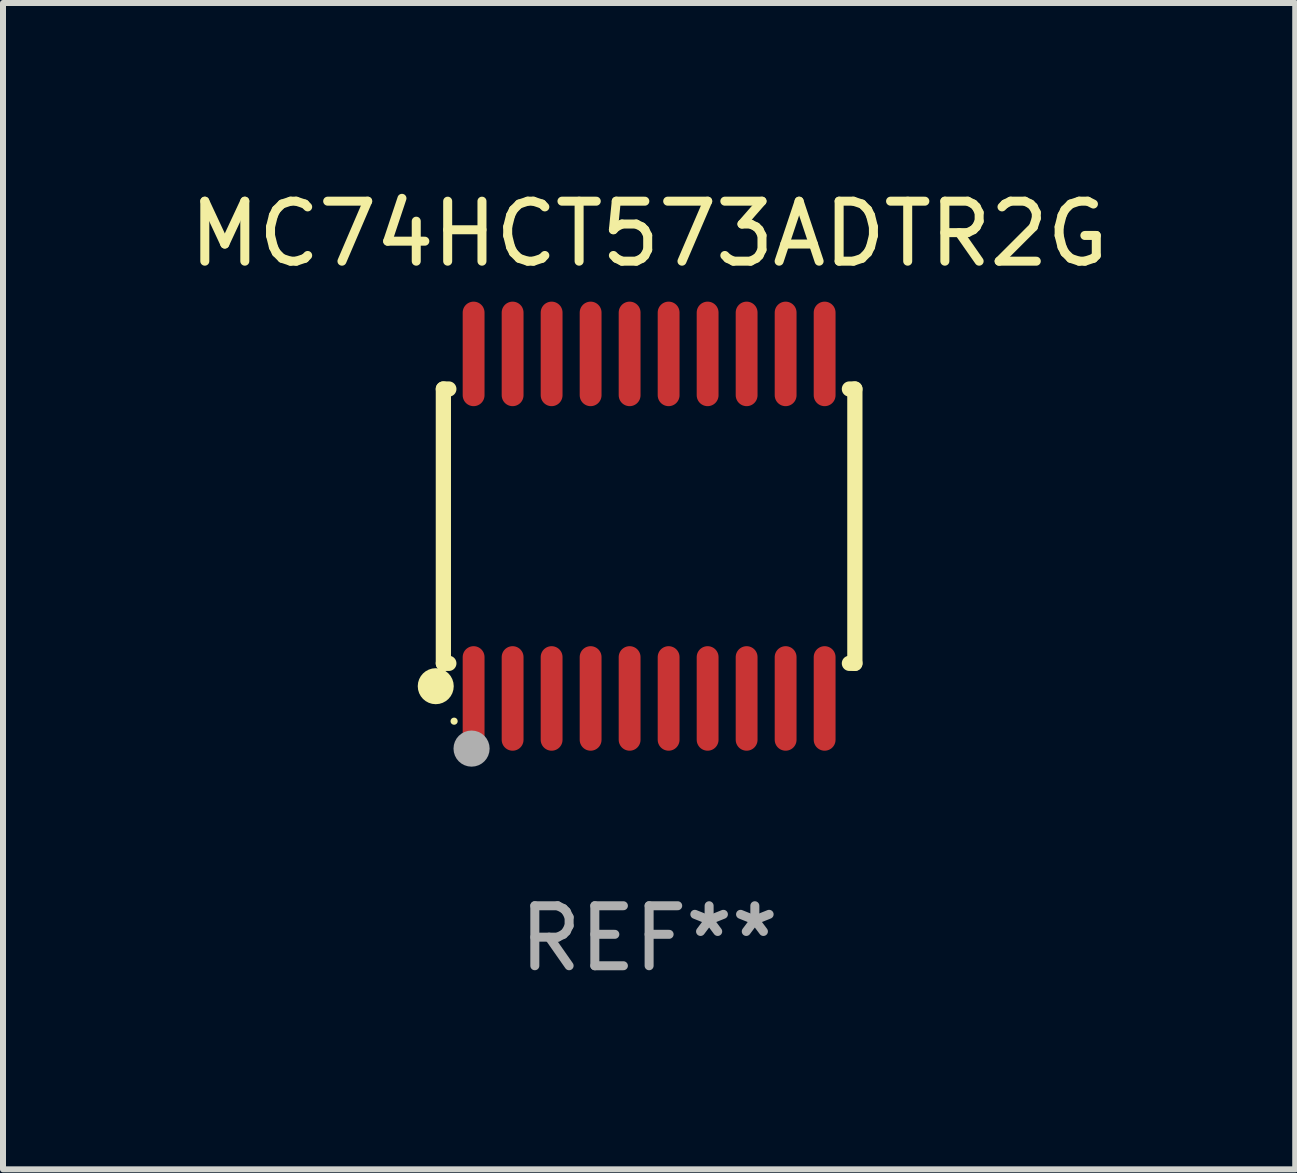
<source format=kicad_pcb>
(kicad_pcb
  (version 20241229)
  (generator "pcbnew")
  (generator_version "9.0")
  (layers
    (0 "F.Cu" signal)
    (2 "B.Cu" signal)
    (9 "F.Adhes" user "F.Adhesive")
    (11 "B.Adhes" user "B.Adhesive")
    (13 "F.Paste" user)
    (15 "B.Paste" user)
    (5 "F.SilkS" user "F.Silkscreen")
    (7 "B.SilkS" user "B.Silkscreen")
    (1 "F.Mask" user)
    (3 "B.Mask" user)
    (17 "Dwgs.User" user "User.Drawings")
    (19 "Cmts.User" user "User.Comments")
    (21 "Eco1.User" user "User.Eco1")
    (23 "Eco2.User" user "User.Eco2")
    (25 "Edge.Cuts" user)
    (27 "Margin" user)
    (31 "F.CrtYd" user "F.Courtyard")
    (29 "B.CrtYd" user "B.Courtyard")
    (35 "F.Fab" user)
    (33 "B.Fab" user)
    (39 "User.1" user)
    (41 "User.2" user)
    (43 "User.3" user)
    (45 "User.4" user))
  (footprint "MC74HCT573ADTR2G"
    (layer "F.Cu")
    (at 7.768 5.719)
    (property "Reference" "MC74HCT573ADTR2G" (at 0 -4.871 0) (layer "F.SilkS") (effects (font (size 1 1) (thickness 0.15))))
    (attr through_hole)
    (fp_line (start -3.429 -2.286) (end -3.429 2.286) (stroke (width 0.254) (type solid)) (layer "F.SilkS"))
    (fp_line (start -3.429 2.286) (end -3.338 2.286) (stroke (width 0.254) (type solid)) (layer "F.SilkS"))
    (fp_line (start -3.338 -2.286) (end -3.429 -2.286) (stroke (width 0.254) (type solid)) (layer "F.SilkS"))
    (fp_line (start 3.338 -2.286) (end 3.429 -2.286) (stroke (width 0.254) (type solid)) (layer "F.SilkS"))
    (fp_line (start 3.429 -2.286) (end 3.429 2.286) (stroke (width 0.254) (type solid)) (layer "F.SilkS"))
    (fp_line (start 3.429 2.286) (end 3.338 2.286) (stroke (width 0.254) (type solid)) (layer "F.SilkS"))
    (fp_circle (center -3.556 2.667) (end -3.406 2.667) (stroke (width 0.3) (type solid)) (fill no) (layer "F.SilkS"))
    (fp_circle (center -3.25 3.25) (end -3.22 3.25) (stroke (width 0.06) (type solid)) (fill no) (layer "F.SilkS"))
    (fp_circle (center -2.959 3.707) (end -2.808 3.707) (stroke (width 0.3) (type solid)) (fill no) (layer "F.Fab"))
    (fp_text user "REF**" (at 0 6.871 0) (layer "F.Fab") (effects (font (size 1 1) (thickness 0.15))))
    (pad "1" smd oval (at -2.925 2.871) (size 0.364 1.742) (layers "F.Cu" "F.Mask" "F.Paste"))
    (pad "2" smd oval (at -2.275 2.871) (size 0.364 1.742) (layers "F.Cu" "F.Mask" "F.Paste"))
    (pad "3" smd oval (at -1.625 2.871) (size 0.364 1.742) (layers "F.Cu" "F.Mask" "F.Paste"))
    (pad "4" smd oval (at -0.975 2.871) (size 0.364 1.742) (layers "F.Cu" "F.Mask" "F.Paste"))
    (pad "5" smd oval (at -0.325 2.871) (size 0.364 1.742) (layers "F.Cu" "F.Mask" "F.Paste"))
    (pad "6" smd oval (at 0.325 2.871) (size 0.364 1.742) (layers "F.Cu" "F.Mask" "F.Paste"))
    (pad "7" smd oval (at 0.975 2.871) (size 0.364 1.742) (layers "F.Cu" "F.Mask" "F.Paste"))
    (pad "8" smd oval (at 1.625 2.871) (size 0.364 1.742) (layers "F.Cu" "F.Mask" "F.Paste"))
    (pad "9" smd oval (at 2.275 2.871) (size 0.364 1.742) (layers "F.Cu" "F.Mask" "F.Paste"))
    (pad "10" smd oval (at 2.925 2.871) (size 0.364 1.742) (layers "F.Cu" "F.Mask" "F.Paste"))
    (pad "11" smd oval (at 2.925 -2.871) (size 0.364 1.742) (layers "F.Cu" "F.Mask" "F.Paste"))
    (pad "12" smd oval (at 2.275 -2.871) (size 0.364 1.742) (layers "F.Cu" "F.Mask" "F.Paste"))
    (pad "13" smd oval (at 1.625 -2.871) (size 0.364 1.742) (layers "F.Cu" "F.Mask" "F.Paste"))
    (pad "14" smd oval (at 0.975 -2.871) (size 0.364 1.742) (layers "F.Cu" "F.Mask" "F.Paste"))
    (pad "15" smd oval (at 0.325 -2.871) (size 0.364 1.742) (layers "F.Cu" "F.Mask" "F.Paste"))
    (pad "16" smd oval (at -0.325 -2.871) (size 0.364 1.742) (layers "F.Cu" "F.Mask" "F.Paste"))
    (pad "17" smd oval (at -0.975 -2.871) (size 0.364 1.742) (layers "F.Cu" "F.Mask" "F.Paste"))
    (pad "18" smd oval (at -1.625 -2.871) (size 0.364 1.742) (layers "F.Cu" "F.Mask" "F.Paste"))
    (pad "19" smd oval (at -2.275 -2.871) (size 0.364 1.742) (layers "F.Cu" "F.Mask" "F.Paste"))
    (pad "20" smd oval (at -2.925 -2.871) (size 0.364 1.742) (layers "F.Cu" "F.Mask" "F.Paste")))
  (gr_rect
    (start -3 -3)
    (end 18.536 16.438)
    (stroke (width 0.1) (type default))
    (fill no)
    (layer "Edge.Cuts")))
</source>
